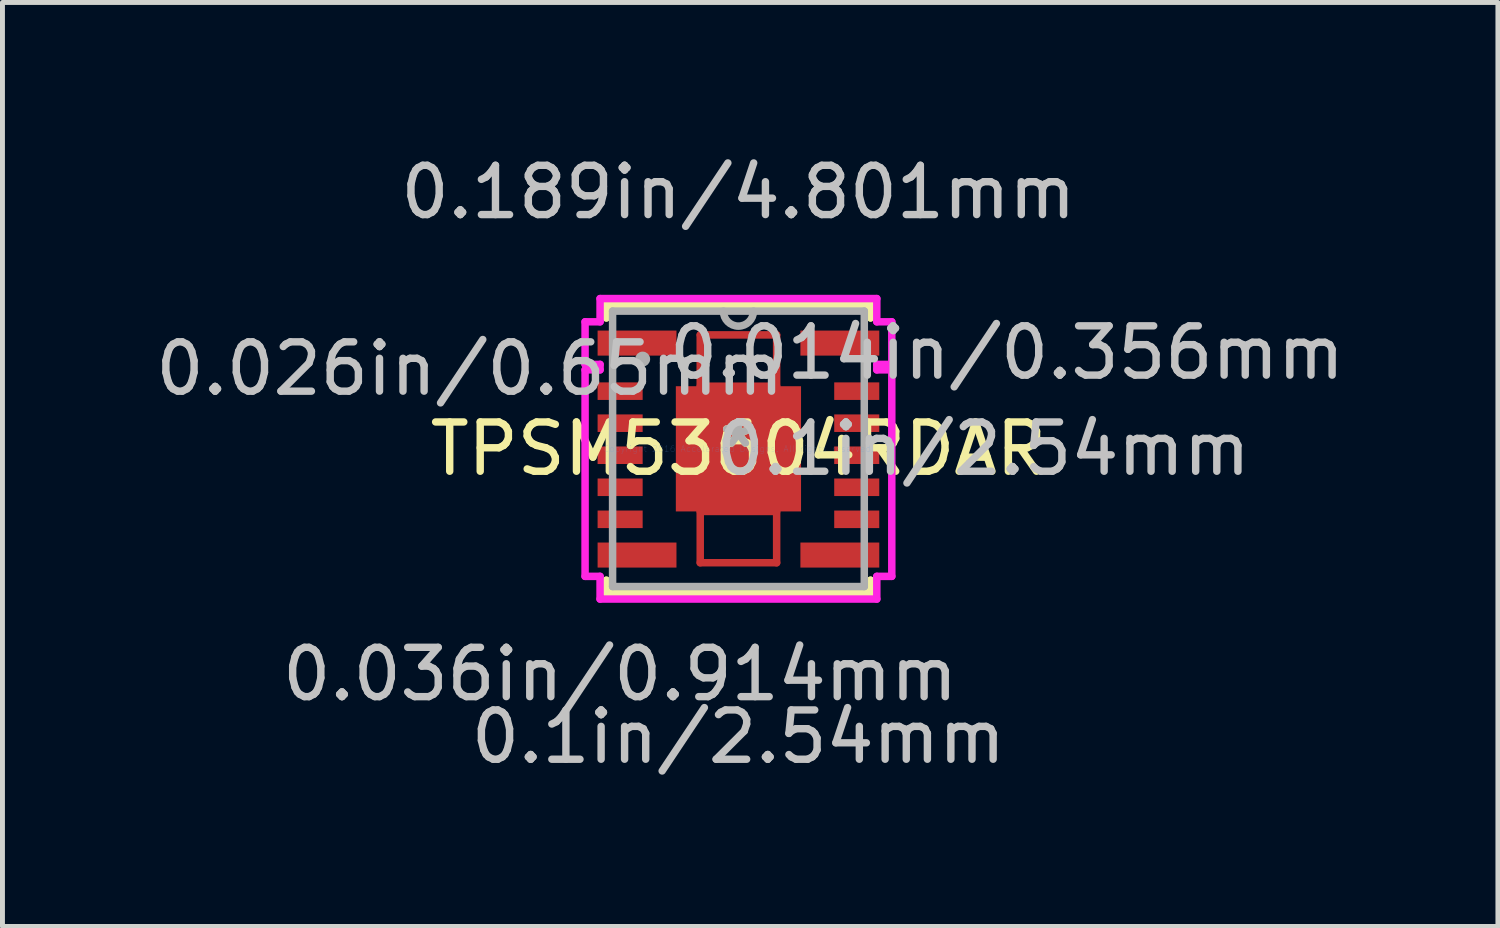
<source format=kicad_pcb>
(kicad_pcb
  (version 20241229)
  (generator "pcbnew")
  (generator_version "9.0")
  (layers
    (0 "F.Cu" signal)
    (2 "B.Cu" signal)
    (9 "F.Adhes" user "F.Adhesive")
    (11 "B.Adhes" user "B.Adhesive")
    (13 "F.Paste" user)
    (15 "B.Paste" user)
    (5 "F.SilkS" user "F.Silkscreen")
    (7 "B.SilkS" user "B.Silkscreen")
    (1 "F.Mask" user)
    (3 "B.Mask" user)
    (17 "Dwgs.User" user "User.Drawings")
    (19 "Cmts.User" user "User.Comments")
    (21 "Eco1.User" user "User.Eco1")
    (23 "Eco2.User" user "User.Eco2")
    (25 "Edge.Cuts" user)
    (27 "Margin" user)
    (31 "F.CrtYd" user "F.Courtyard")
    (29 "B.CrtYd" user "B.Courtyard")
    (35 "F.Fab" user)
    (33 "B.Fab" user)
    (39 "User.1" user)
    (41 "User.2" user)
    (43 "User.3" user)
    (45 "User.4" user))
  (footprint "TPSM53604RDAR"
    (layer "F.Cu")
    (at 11.93 6.055)
    (property "Reference" "TPSM53604RDAR" (at 0 0 0) (layer "F.SilkS") (effects (font (size 1 1) (thickness 0.15))))
    (attr through_hole)
    (fp_line (start -0.775 -2.311) (end 0.775 -2.311) (stroke (width 0.152) (type solid)) (layer "F.Cu"))
    (fp_line (start -0.775 -1.27) (end -0.775 -2.311) (stroke (width 0.152) (type solid)) (layer "F.Cu"))
    (fp_line (start -0.775 1.27) (end -0.775 2.311) (stroke (width 0.152) (type solid)) (layer "F.Cu"))
    (fp_line (start -0.775 2.311) (end 0.775 2.311) (stroke (width 0.152) (type solid)) (layer "F.Cu"))
    (fp_line (start 0.775 -2.311) (end 0.775 -1.27) (stroke (width 0.152) (type solid)) (layer "F.Cu"))
    (fp_line (start 0.775 -1.27) (end -0.775 -1.27) (stroke (width 0.152) (type solid)) (layer "F.Cu"))
    (fp_line (start 0.775 1.27) (end -0.775 1.27) (stroke (width 0.152) (type solid)) (layer "F.Cu"))
    (fp_line (start 0.775 2.311) (end 0.775 1.27) (stroke (width 0.152) (type solid)) (layer "F.Cu"))
    (fp_line (start -0.775 -2.311) (end 0.775 -2.311) (stroke (width 0.152) (type solid)) (layer "F.Mask"))
    (fp_line (start -0.775 -1.27) (end -0.775 -2.311) (stroke (width 0.152) (type solid)) (layer "F.Mask"))
    (fp_line (start -0.775 1.27) (end -0.775 2.311) (stroke (width 0.152) (type solid)) (layer "F.Mask"))
    (fp_line (start -0.775 2.311) (end 0.775 2.311) (stroke (width 0.152) (type solid)) (layer "F.Mask"))
    (fp_line (start 0.775 -2.311) (end 0.775 -1.27) (stroke (width 0.152) (type solid)) (layer "F.Mask"))
    (fp_line (start 0.775 -1.27) (end -0.775 -1.27) (stroke (width 0.152) (type solid)) (layer "F.Mask"))
    (fp_line (start 0.775 1.27) (end -0.775 1.27) (stroke (width 0.152) (type solid)) (layer "F.Mask"))
    (fp_line (start 0.775 2.311) (end 0.775 1.27) (stroke (width 0.152) (type solid)) (layer "F.Mask"))
    (fp_line (start -2.68 -2.921) (end -2.68 -2.656) (stroke (width 0.152) (type solid)) (layer "F.SilkS"))
    (fp_line (start -2.68 -2.921) (end 2.68 -2.921) (stroke (width 0.152) (type solid)) (layer "F.SilkS"))
    (fp_line (start -2.68 -2.656) (end -2.68 -2.921) (stroke (width 0.152) (type solid)) (layer "F.SilkS"))
    (fp_line (start -2.68 2.666) (end -2.68 2.921) (stroke (width 0.152) (type solid)) (layer "F.SilkS"))
    (fp_line (start -2.68 2.921) (end -2.68 2.666) (stroke (width 0.152) (type solid)) (layer "F.SilkS"))
    (fp_line (start -2.68 2.921) (end 2.68 2.921) (stroke (width 0.152) (type solid)) (layer "F.SilkS"))
    (fp_line (start 2.68 -2.921) (end -2.68 -2.921) (stroke (width 0.152) (type solid)) (layer "F.SilkS"))
    (fp_line (start 2.68 -2.921) (end 2.68 -2.656) (stroke (width 0.152) (type solid)) (layer "F.SilkS"))
    (fp_line (start 2.68 -2.656) (end 2.68 -2.921) (stroke (width 0.152) (type solid)) (layer "F.SilkS"))
    (fp_line (start 2.68 2.666) (end 2.68 2.921) (stroke (width 0.152) (type solid)) (layer "F.SilkS"))
    (fp_line (start 2.68 2.921) (end -2.68 2.921) (stroke (width 0.152) (type solid)) (layer "F.SilkS"))
    (fp_line (start 2.68 2.921) (end 2.68 2.666) (stroke (width 0.152) (type solid)) (layer "F.SilkS"))
    (fp_line (start -1.17 -1.17) (end -1.17 -0.1) (stroke (width 0.152) (type solid)) (layer "F.Paste"))
    (fp_line (start -1.17 -0.1) (end -0.1 -0.1) (stroke (width 0.152) (type solid)) (layer "F.Paste"))
    (fp_line (start -1.17 0.1) (end -1.17 1.17) (stroke (width 0.152) (type solid)) (layer "F.Paste"))
    (fp_line (start -1.17 1.17) (end -0.1 1.17) (stroke (width 0.152) (type solid)) (layer "F.Paste"))
    (fp_line (start -0.775 -2.311) (end 0.775 -2.311) (stroke (width 0.152) (type solid)) (layer "F.Paste"))
    (fp_line (start -0.775 -1.27) (end -0.775 -2.311) (stroke (width 0.152) (type solid)) (layer "F.Paste"))
    (fp_line (start -0.775 1.27) (end -0.775 2.311) (stroke (width 0.152) (type solid)) (layer "F.Paste"))
    (fp_line (start -0.775 2.311) (end 0.775 2.311) (stroke (width 0.152) (type solid)) (layer "F.Paste"))
    (fp_line (start -0.1 -1.17) (end -1.17 -1.17) (stroke (width 0.152) (type solid)) (layer "F.Paste"))
    (fp_line (start -0.1 -0.1) (end -0.1 -1.17) (stroke (width 0.152) (type solid)) (layer "F.Paste"))
    (fp_line (start -0.1 0.1) (end -1.17 0.1) (stroke (width 0.152) (type solid)) (layer "F.Paste"))
    (fp_line (start -0.1 1.17) (end -0.1 0.1) (stroke (width 0.152) (type solid)) (layer "F.Paste"))
    (fp_line (start 0.1 -1.17) (end 0.1 -0.1) (stroke (width 0.152) (type solid)) (layer "F.Paste"))
    (fp_line (start 0.1 -0.1) (end 1.17 -0.1) (stroke (width 0.152) (type solid)) (layer "F.Paste"))
    (fp_line (start 0.1 0.1) (end 0.1 1.17) (stroke (width 0.152) (type solid)) (layer "F.Paste"))
    (fp_line (start 0.1 1.17) (end 1.17 1.17) (stroke (width 0.152) (type solid)) (layer "F.Paste"))
    (fp_line (start 0.775 -2.311) (end 0.775 -1.27) (stroke (width 0.152) (type solid)) (layer "F.Paste"))
    (fp_line (start 0.775 -1.27) (end -0.775 -1.27) (stroke (width 0.152) (type solid)) (layer "F.Paste"))
    (fp_line (start 0.775 1.27) (end -0.775 1.27) (stroke (width 0.152) (type solid)) (layer "F.Paste"))
    (fp_line (start 0.775 2.311) (end 0.775 1.27) (stroke (width 0.152) (type solid)) (layer "F.Paste"))
    (fp_line (start 1.17 -1.17) (end 0.1 -1.17) (stroke (width 0.152) (type solid)) (layer "F.Paste"))
    (fp_line (start 1.17 -0.1) (end 1.17 -1.17) (stroke (width 0.152) (type solid)) (layer "F.Paste"))
    (fp_line (start 1.17 0.1) (end 0.1 0.1) (stroke (width 0.152) (type solid)) (layer "F.Paste"))
    (fp_line (start 1.17 1.17) (end 1.17 0.1) (stroke (width 0.152) (type solid)) (layer "F.Paste"))
    (fp_line (start -3.111 -2.577) (end -3.111 -1.713) (stroke (width 0.152) (type solid)) (layer "F.CrtYd"))
    (fp_line (start -3.111 -1.713) (end -2.807 -1.713) (stroke (width 0.152) (type solid)) (layer "F.CrtYd"))
    (fp_line (start -3.111 -1.602) (end -3.111 2.587) (stroke (width 0.152) (type solid)) (layer "F.CrtYd"))
    (fp_line (start -3.111 2.587) (end -2.807 2.587) (stroke (width 0.152) (type solid)) (layer "F.CrtYd"))
    (fp_line (start -2.807 -3.048) (end -2.807 -2.577) (stroke (width 0.152) (type solid)) (layer "F.CrtYd"))
    (fp_line (start -2.807 -2.577) (end -3.111 -2.577) (stroke (width 0.152) (type solid)) (layer "F.CrtYd"))
    (fp_line (start -2.807 -1.713) (end -2.807 -1.602) (stroke (width 0.152) (type solid)) (layer "F.CrtYd"))
    (fp_line (start -2.807 -1.602) (end -3.111 -1.602) (stroke (width 0.152) (type solid)) (layer "F.CrtYd"))
    (fp_line (start -2.807 2.587) (end -2.807 3.048) (stroke (width 0.152) (type solid)) (layer "F.CrtYd"))
    (fp_line (start -2.807 3.048) (end 2.807 3.048) (stroke (width 0.152) (type solid)) (layer "F.CrtYd"))
    (fp_line (start 2.807 -3.048) (end -2.807 -3.048) (stroke (width 0.152) (type solid)) (layer "F.CrtYd"))
    (fp_line (start 2.807 -2.577) (end 2.807 -3.048) (stroke (width 0.152) (type solid)) (layer "F.CrtYd"))
    (fp_line (start 2.807 -1.713) (end 3.111 -1.713) (stroke (width 0.152) (type solid)) (layer "F.CrtYd"))
    (fp_line (start 2.807 -1.602) (end 2.807 -1.713) (stroke (width 0.152) (type solid)) (layer "F.CrtYd"))
    (fp_line (start 2.807 2.587) (end 3.111 2.587) (stroke (width 0.152) (type solid)) (layer "F.CrtYd"))
    (fp_line (start 2.807 3.048) (end 2.807 2.587) (stroke (width 0.152) (type solid)) (layer "F.CrtYd"))
    (fp_line (start 3.111 -2.577) (end 2.807 -2.577) (stroke (width 0.152) (type solid)) (layer "F.CrtYd"))
    (fp_line (start 3.111 -1.713) (end 3.111 -2.577) (stroke (width 0.152) (type solid)) (layer "F.CrtYd"))
    (fp_line (start 3.111 -1.602) (end 2.807 -1.602) (stroke (width 0.152) (type solid)) (layer "F.CrtYd"))
    (fp_line (start 3.111 2.587) (end 3.111 -1.602) (stroke (width 0.152) (type solid)) (layer "F.CrtYd"))
    (fp_line (start -2.553 -2.794) (end -2.553 2.794) (stroke (width 0.152) (type solid)) (layer "F.Fab"))
    (fp_line (start -2.553 2.794) (end 2.553 2.794) (stroke (width 0.152) (type solid)) (layer "F.Fab"))
    (fp_line (start 2.553 -2.794) (end -2.553 -2.794) (stroke (width 0.152) (type solid)) (layer "F.Fab"))
    (fp_line (start 2.553 2.794) (end 2.553 -2.794) (stroke (width 0.152) (type solid)) (layer "F.Fab"))
    (fp_arc (start 0.3048 -2.794) (mid 0 -2.4892) (end -0.3048 -2.794) (stroke (width 0.1524) (type solid)) (layer "F.Fab"))
    (fp_circle (center -1.943 -1.82) (end -1.943 -1.82) (stroke (width 0.152) (type solid)) (fill no) (layer "F.Fab"))
    (fp_text user "*" (at 0 0 0) (layer "F.SilkS") (effects (font (size 1 1) (thickness 0.15))))
    (fp_text user "0.036in/0.914mm" (at -2.4 4.572 0) (layer "Dwgs.User") (effects (font (size 1 1) (thickness 0.15))))
    (fp_text user "0.014in/0.356mm" (at 5.448 -1.95 0) (layer "Dwgs.User") (effects (font (size 1 1) (thickness 0.15))))
    (fp_text user "0.1in/2.54mm" (at 4.966 0 0) (layer "Dwgs.User") (effects (font (size 1 1) (thickness 0.15))))
    (fp_text user "0.1in/2.54mm" (at 0 5.842 0) (layer "Dwgs.User") (effects (font (size 1 1) (thickness 0.15))))
    (fp_text user "0.026in/0.65mm" (at -5.448 -1.625 0) (layer "Dwgs.User") (effects (font (size 1 1) (thickness 0.15))))
    (fp_text user "0.189in/4.801mm" (at 0 -5.207 0) (layer "Dwgs.User") (effects (font (size 1 1) (thickness 0.15))))
    (fp_text user "Copyright 2016 Accelerated Designs. All rights reserved." (at 0 0 0) (layer "Cmts.User") (effects (font (size 0.127 0.127) (thickness 0.002))))
    (fp_text user "*" (at 0 0 0) (layer "F.Fab") (effects (font (size 1 1) (thickness 0.15))))
    (pad "1" smd rect (at -2.057 -2.145 90) (size 0.508 1.6) (layers "F.Cu" "F.Mask" "F.Paste"))
    (pad "2" smd rect (at -2.4 -1.17) (size 0.914 0.356) (layers "F.Cu" "F.Mask" "F.Paste"))
    (pad "3" smd rect (at -2.4 -0.52) (size 0.914 0.356) (layers "F.Cu" "F.Mask" "F.Paste"))
    (pad "4" smd rect (at -2.4 0.13) (size 0.914 0.356) (layers "F.Cu" "F.Mask" "F.Paste"))
    (pad "5" smd rect (at -2.4 0.78) (size 0.914 0.356) (layers "F.Cu" "F.Mask" "F.Paste"))
    (pad "6" smd rect (at -2.4 1.43) (size 0.914 0.356) (layers "F.Cu" "F.Mask" "F.Paste"))
    (pad "7" smd rect (at -2.057 2.155 90) (size 0.508 1.6) (layers "F.Cu" "F.Mask" "F.Paste"))
    (pad "8" smd rect (at 2.057 2.155 90) (size 0.508 1.6) (layers "F.Cu" "F.Mask" "F.Paste"))
    (pad "9" smd rect (at 2.4 1.43) (size 0.914 0.356) (layers "F.Cu" "F.Mask" "F.Paste"))
    (pad "10" smd rect (at 2.4 0.78) (size 0.914 0.356) (layers "F.Cu" "F.Mask" "F.Paste"))
    (pad "11" smd rect (at 2.4 0.13) (size 0.914 0.356) (layers "F.Cu" "F.Mask" "F.Paste"))
    (pad "12" smd rect (at 2.4 -0.52) (size 0.914 0.356) (layers "F.Cu" "F.Mask" "F.Paste"))
    (pad "13" smd rect (at 2.4 -1.17) (size 0.914 0.356) (layers "F.Cu" "F.Mask" "F.Paste"))
    (pad "14" smd rect (at 2.057 -2.145 90) (size 0.508 1.6) (layers "F.Cu" "F.Mask" "F.Paste"))
    (pad "15" smd rect (at 0 0) (size 2.54 2.54) (layers "F.Cu" "F.Mask" "F.Paste")))
  (gr_rect
    (start -3 -3)
    (end 27.337 15.745)
    (stroke (width 0.1) (type default))
    (fill no)
    (layer "Edge.Cuts")))
</source>
